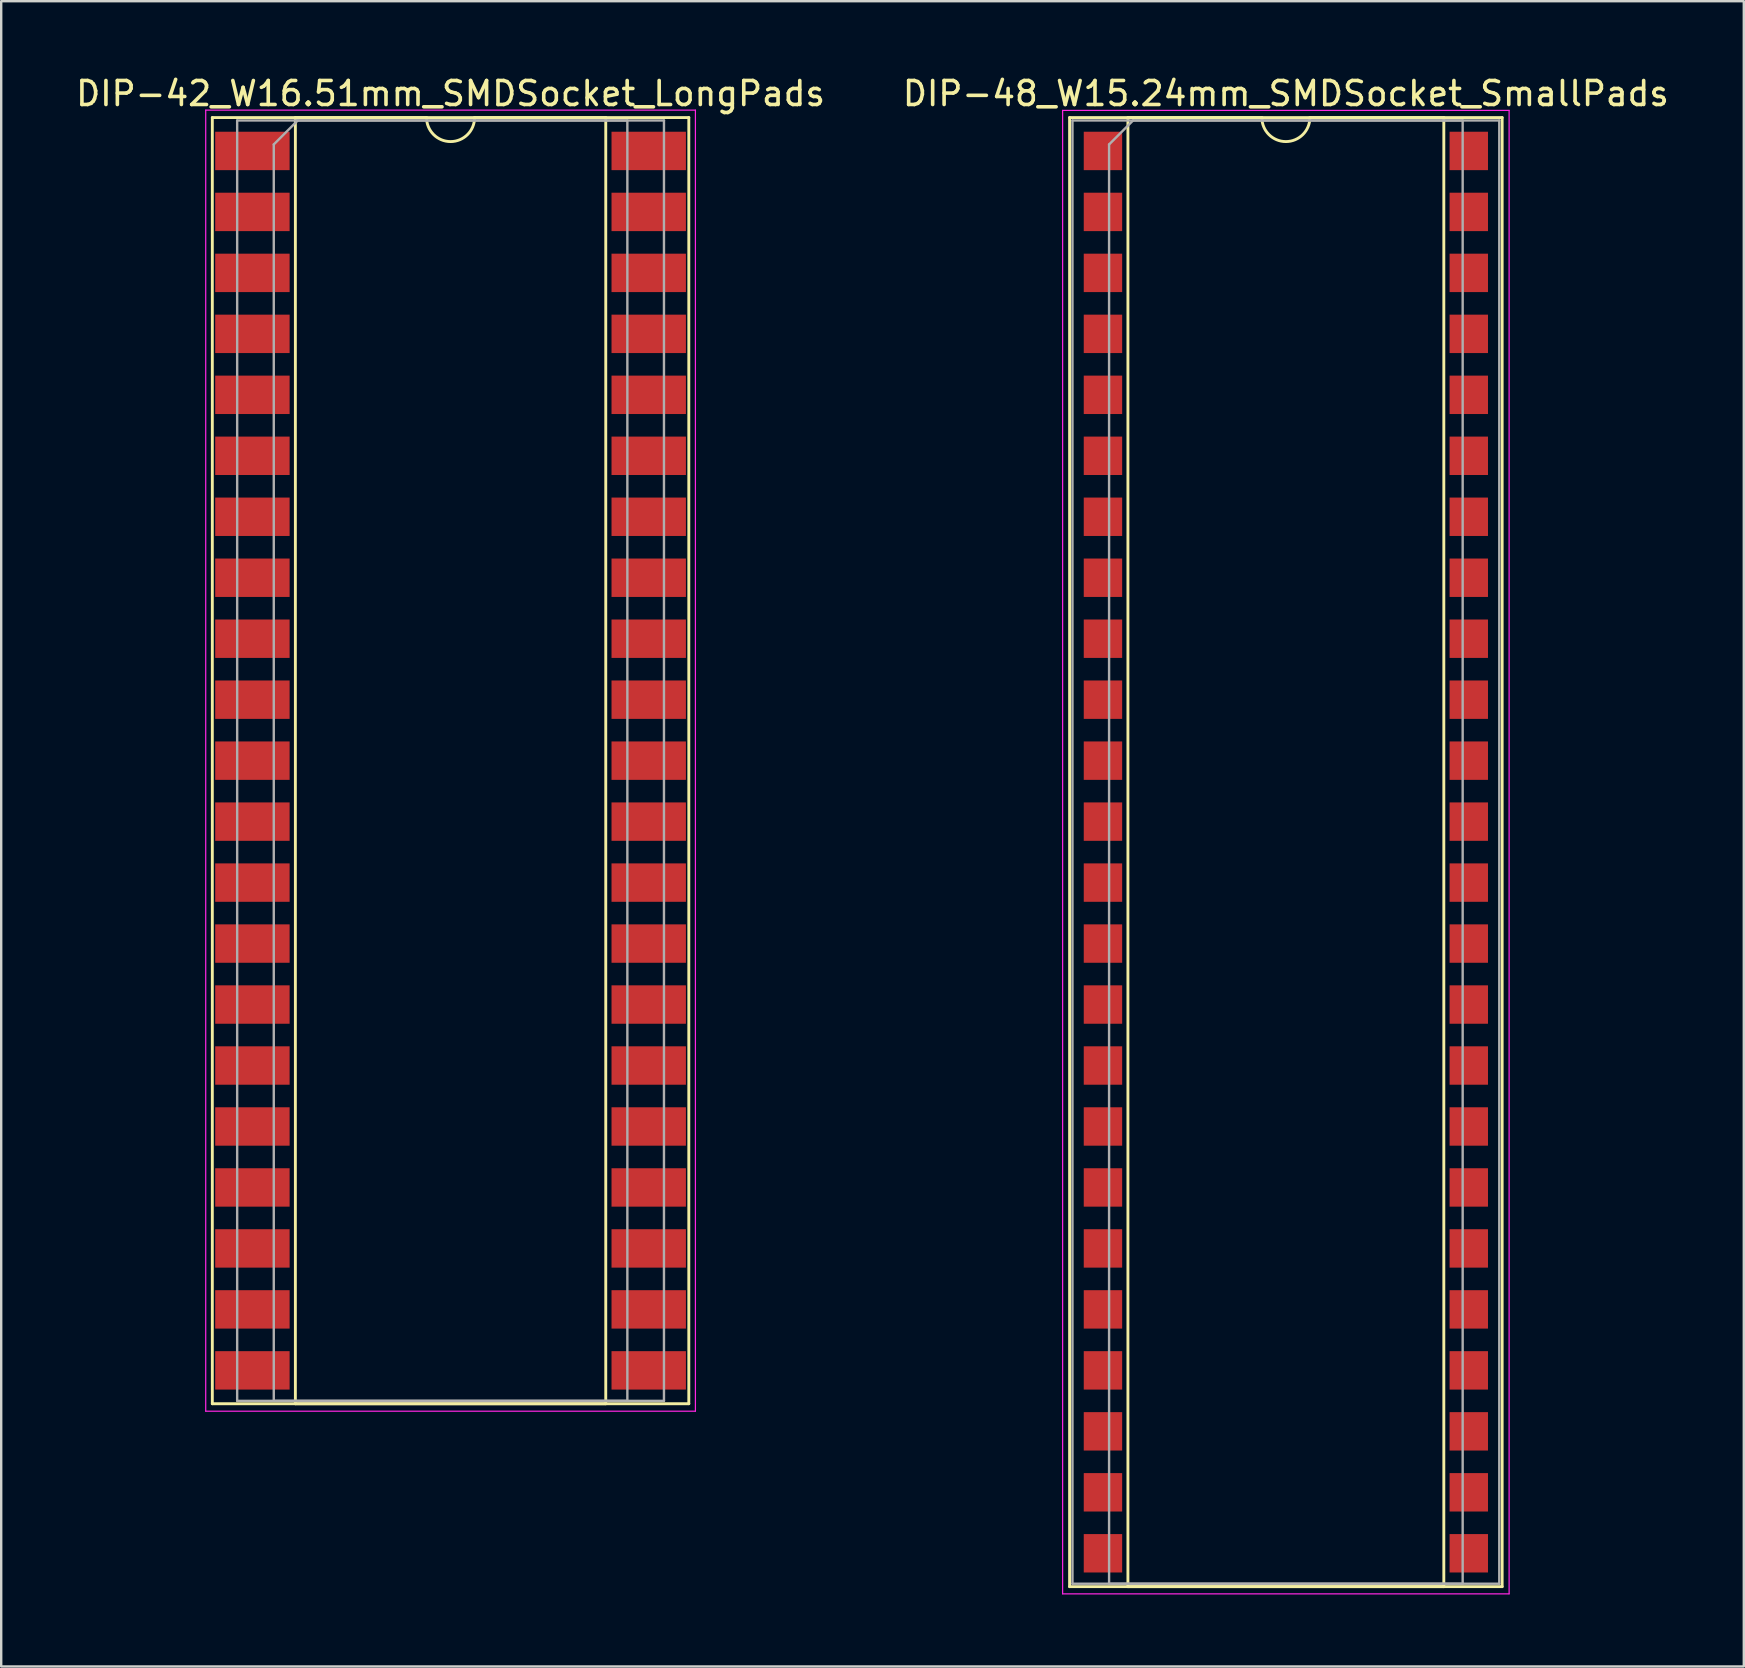
<source format=kicad_pcb>
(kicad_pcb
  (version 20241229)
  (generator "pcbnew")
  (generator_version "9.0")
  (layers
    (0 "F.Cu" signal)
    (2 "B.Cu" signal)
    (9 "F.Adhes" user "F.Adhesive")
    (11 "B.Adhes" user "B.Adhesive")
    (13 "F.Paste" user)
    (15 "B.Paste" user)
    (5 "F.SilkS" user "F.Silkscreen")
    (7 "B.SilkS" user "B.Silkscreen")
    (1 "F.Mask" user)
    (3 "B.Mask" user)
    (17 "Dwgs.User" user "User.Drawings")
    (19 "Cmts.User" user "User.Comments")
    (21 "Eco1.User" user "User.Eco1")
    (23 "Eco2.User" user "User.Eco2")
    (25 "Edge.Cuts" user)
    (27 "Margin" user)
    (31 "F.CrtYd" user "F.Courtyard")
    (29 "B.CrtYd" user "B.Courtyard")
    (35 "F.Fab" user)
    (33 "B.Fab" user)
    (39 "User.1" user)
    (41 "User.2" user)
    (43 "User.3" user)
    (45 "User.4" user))
  (footprint "DIP-42_W16.51mm_SMDSocket_LongPads"
    (layer "F.Cu")
    (at 15.72 28.638)
    (property "Reference" "DIP-42_W16.51mm_SMDSocket_LongPads" (at 0 -27.79 0) (layer "F.SilkS") (effects (font (size 1 1) (thickness 0.15))))
    (attr smd)
    (fp_line (start -9.925 -26.79) (end -9.925 26.79) (stroke (width 0.12) (type solid)) (layer "F.SilkS"))
    (fp_line (start -9.925 26.79) (end 9.925 26.79) (stroke (width 0.12) (type solid)) (layer "F.SilkS"))
    (fp_line (start -6.465 -26.79) (end -6.465 26.79) (stroke (width 0.12) (type solid)) (layer "F.SilkS"))
    (fp_line (start -6.465 26.79) (end 6.465 26.79) (stroke (width 0.12) (type solid)) (layer "F.SilkS"))
    (fp_line (start -1 -26.79) (end -6.465 -26.79) (stroke (width 0.12) (type solid)) (layer "F.SilkS"))
    (fp_line (start 6.465 -26.79) (end 1 -26.79) (stroke (width 0.12) (type solid)) (layer "F.SilkS"))
    (fp_line (start 6.465 26.79) (end 6.465 -26.79) (stroke (width 0.12) (type solid)) (layer "F.SilkS"))
    (fp_line (start 9.925 -26.79) (end -9.925 -26.79) (stroke (width 0.12) (type solid)) (layer "F.SilkS"))
    (fp_line (start 9.925 26.79) (end 9.925 -26.79) (stroke (width 0.12) (type solid)) (layer "F.SilkS"))
    (fp_arc (start 1 -26.79) (mid 0 -25.79) (end -1 -26.79) (stroke (width 0.12) (type solid)) (layer "F.SilkS"))
    (fp_line (start -10.2 -27.1) (end -10.2 27.1) (stroke (width 0.05) (type solid)) (layer "F.CrtYd"))
    (fp_line (start -10.2 27.1) (end 10.2 27.1) (stroke (width 0.05) (type solid)) (layer "F.CrtYd"))
    (fp_line (start 10.2 -27.1) (end -10.2 -27.1) (stroke (width 0.05) (type solid)) (layer "F.CrtYd"))
    (fp_line (start 10.2 27.1) (end 10.2 -27.1) (stroke (width 0.05) (type solid)) (layer "F.CrtYd"))
    (fp_line (start -8.89 -26.67) (end -8.89 26.67) (stroke (width 0.1) (type solid)) (layer "F.Fab"))
    (fp_line (start -8.89 26.67) (end 8.89 26.67) (stroke (width 0.1) (type solid)) (layer "F.Fab"))
    (fp_line (start -7.365 -25.67) (end -6.365 -26.67) (stroke (width 0.1) (type solid)) (layer "F.Fab"))
    (fp_line (start -7.365 26.67) (end -7.365 -25.67) (stroke (width 0.1) (type solid)) (layer "F.Fab"))
    (fp_line (start -6.365 -26.67) (end 7.365 -26.67) (stroke (width 0.1) (type solid)) (layer "F.Fab"))
    (fp_line (start 7.365 -26.67) (end 7.365 26.67) (stroke (width 0.1) (type solid)) (layer "F.Fab"))
    (fp_line (start 7.365 26.67) (end -7.365 26.67) (stroke (width 0.1) (type solid)) (layer "F.Fab"))
    (fp_line (start 8.89 -26.67) (end -8.89 -26.67) (stroke (width 0.1) (type solid)) (layer "F.Fab"))
    (fp_line (start 8.89 26.67) (end 8.89 -26.67) (stroke (width 0.1) (type solid)) (layer "F.Fab"))
    (pad "1" smd rect (at -8.255 -25.4) (size 3.1 1.6) (layers "F.Cu" "F.Mask"))
    (pad "2" smd rect (at -8.255 -22.86) (size 3.1 1.6) (layers "F.Cu" "F.Mask"))
    (pad "3" smd rect (at -8.255 -20.32) (size 3.1 1.6) (layers "F.Cu" "F.Mask"))
    (pad "4" smd rect (at -8.255 -17.78) (size 3.1 1.6) (layers "F.Cu" "F.Mask"))
    (pad "5" smd rect (at -8.255 -15.24) (size 3.1 1.6) (layers "F.Cu" "F.Mask"))
    (pad "6" smd rect (at -8.255 -12.7) (size 3.1 1.6) (layers "F.Cu" "F.Mask"))
    (pad "7" smd rect (at -8.255 -10.16) (size 3.1 1.6) (layers "F.Cu" "F.Mask"))
    (pad "8" smd rect (at -8.255 -7.62) (size 3.1 1.6) (layers "F.Cu" "F.Mask"))
    (pad "9" smd rect (at -8.255 -5.08) (size 3.1 1.6) (layers "F.Cu" "F.Mask"))
    (pad "10" smd rect (at -8.255 -2.54) (size 3.1 1.6) (layers "F.Cu" "F.Mask"))
    (pad "11" smd rect (at -8.255 0) (size 3.1 1.6) (layers "F.Cu" "F.Mask"))
    (pad "12" smd rect (at -8.255 2.54) (size 3.1 1.6) (layers "F.Cu" "F.Mask"))
    (pad "13" smd rect (at -8.255 5.08) (size 3.1 1.6) (layers "F.Cu" "F.Mask"))
    (pad "14" smd rect (at -8.255 7.62) (size 3.1 1.6) (layers "F.Cu" "F.Mask"))
    (pad "15" smd rect (at -8.255 10.16) (size 3.1 1.6) (layers "F.Cu" "F.Mask"))
    (pad "16" smd rect (at -8.255 12.7) (size 3.1 1.6) (layers "F.Cu" "F.Mask"))
    (pad "17" smd rect (at -8.255 15.24) (size 3.1 1.6) (layers "F.Cu" "F.Mask"))
    (pad "18" smd rect (at -8.255 17.78) (size 3.1 1.6) (layers "F.Cu" "F.Mask"))
    (pad "19" smd rect (at -8.255 20.32) (size 3.1 1.6) (layers "F.Cu" "F.Mask"))
    (pad "20" smd rect (at -8.255 22.86) (size 3.1 1.6) (layers "F.Cu" "F.Mask"))
    (pad "21" smd rect (at -8.255 25.4) (size 3.1 1.6) (layers "F.Cu" "F.Mask"))
    (pad "22" smd rect (at 8.255 25.4) (size 3.1 1.6) (layers "F.Cu" "F.Mask"))
    (pad "23" smd rect (at 8.255 22.86) (size 3.1 1.6) (layers "F.Cu" "F.Mask"))
    (pad "24" smd rect (at 8.255 20.32) (size 3.1 1.6) (layers "F.Cu" "F.Mask"))
    (pad "25" smd rect (at 8.255 17.78) (size 3.1 1.6) (layers "F.Cu" "F.Mask"))
    (pad "26" smd rect (at 8.255 15.24) (size 3.1 1.6) (layers "F.Cu" "F.Mask"))
    (pad "27" smd rect (at 8.255 12.7) (size 3.1 1.6) (layers "F.Cu" "F.Mask"))
    (pad "28" smd rect (at 8.255 10.16) (size 3.1 1.6) (layers "F.Cu" "F.Mask"))
    (pad "29" smd rect (at 8.255 7.62) (size 3.1 1.6) (layers "F.Cu" "F.Mask"))
    (pad "30" smd rect (at 8.255 5.08) (size 3.1 1.6) (layers "F.Cu" "F.Mask"))
    (pad "31" smd rect (at 8.255 2.54) (size 3.1 1.6) (layers "F.Cu" "F.Mask"))
    (pad "32" smd rect (at 8.255 0) (size 3.1 1.6) (layers "F.Cu" "F.Mask"))
    (pad "33" smd rect (at 8.255 -2.54) (size 3.1 1.6) (layers "F.Cu" "F.Mask"))
    (pad "34" smd rect (at 8.255 -5.08) (size 3.1 1.6) (layers "F.Cu" "F.Mask"))
    (pad "35" smd rect (at 8.255 -7.62) (size 3.1 1.6) (layers "F.Cu" "F.Mask"))
    (pad "36" smd rect (at 8.255 -10.16) (size 3.1 1.6) (layers "F.Cu" "F.Mask"))
    (pad "37" smd rect (at 8.255 -12.7) (size 3.1 1.6) (layers "F.Cu" "F.Mask"))
    (pad "38" smd rect (at 8.255 -15.24) (size 3.1 1.6) (layers "F.Cu" "F.Mask"))
    (pad "39" smd rect (at 8.255 -17.78) (size 3.1 1.6) (layers "F.Cu" "F.Mask"))
    (pad "40" smd rect (at 8.255 -20.32) (size 3.1 1.6) (layers "F.Cu" "F.Mask"))
    (pad "41" smd rect (at 8.255 -22.86) (size 3.1 1.6) (layers "F.Cu" "F.Mask"))
    (pad "42" smd rect (at 8.255 -25.4) (size 3.1 1.6) (layers "F.Cu" "F.Mask")))
  (footprint "DIP-48_W15.24mm_SMDSocket_SmallPads"
    (layer "F.Cu")
    (at 50.518 32.448)
    (property "Reference" "DIP-48_W15.24mm_SMDSocket_SmallPads" (at 0 -31.6 0) (layer "F.SilkS") (effects (font (size 1 1) (thickness 0.15))))
    (attr smd)
    (fp_line (start -9.01 -30.6) (end -9.01 30.6) (stroke (width 0.12) (type solid)) (layer "F.SilkS"))
    (fp_line (start -9.01 30.6) (end 9.01 30.6) (stroke (width 0.12) (type solid)) (layer "F.SilkS"))
    (fp_line (start -6.58 -30.6) (end -6.58 30.6) (stroke (width 0.12) (type solid)) (layer "F.SilkS"))
    (fp_line (start -6.58 30.6) (end 6.58 30.6) (stroke (width 0.12) (type solid)) (layer "F.SilkS"))
    (fp_line (start -1 -30.6) (end -6.58 -30.6) (stroke (width 0.12) (type solid)) (layer "F.SilkS"))
    (fp_line (start 6.58 -30.6) (end 1 -30.6) (stroke (width 0.12) (type solid)) (layer "F.SilkS"))
    (fp_line (start 6.58 30.6) (end 6.58 -30.6) (stroke (width 0.12) (type solid)) (layer "F.SilkS"))
    (fp_line (start 9.01 -30.6) (end -9.01 -30.6) (stroke (width 0.12) (type solid)) (layer "F.SilkS"))
    (fp_line (start 9.01 30.6) (end 9.01 -30.6) (stroke (width 0.12) (type solid)) (layer "F.SilkS"))
    (fp_arc (start 1 -30.6) (mid 0 -29.6) (end -1 -30.6) (stroke (width 0.12) (type solid)) (layer "F.SilkS"))
    (fp_line (start -9.3 -30.9) (end -9.3 30.9) (stroke (width 0.05) (type solid)) (layer "F.CrtYd"))
    (fp_line (start -9.3 30.9) (end 9.3 30.9) (stroke (width 0.05) (type solid)) (layer "F.CrtYd"))
    (fp_line (start 9.3 -30.9) (end -9.3 -30.9) (stroke (width 0.05) (type solid)) (layer "F.CrtYd"))
    (fp_line (start 9.3 30.9) (end 9.3 -30.9) (stroke (width 0.05) (type solid)) (layer "F.CrtYd"))
    (fp_line (start -8.89 -30.48) (end -8.89 30.48) (stroke (width 0.1) (type solid)) (layer "F.Fab"))
    (fp_line (start -8.89 30.48) (end 8.89 30.48) (stroke (width 0.1) (type solid)) (layer "F.Fab"))
    (fp_line (start -7.365 -29.48) (end -6.365 -30.48) (stroke (width 0.1) (type solid)) (layer "F.Fab"))
    (fp_line (start -7.365 30.48) (end -7.365 -29.48) (stroke (width 0.1) (type solid)) (layer "F.Fab"))
    (fp_line (start -6.365 -30.48) (end 7.365 -30.48) (stroke (width 0.1) (type solid)) (layer "F.Fab"))
    (fp_line (start 7.365 -30.48) (end 7.365 30.48) (stroke (width 0.1) (type solid)) (layer "F.Fab"))
    (fp_line (start 7.365 30.48) (end -7.365 30.48) (stroke (width 0.1) (type solid)) (layer "F.Fab"))
    (fp_line (start 8.89 -30.48) (end -8.89 -30.48) (stroke (width 0.1) (type solid)) (layer "F.Fab"))
    (fp_line (start 8.89 30.48) (end 8.89 -30.48) (stroke (width 0.1) (type solid)) (layer "F.Fab"))
    (pad "1" smd rect (at -7.62 -29.21) (size 1.6 1.6) (layers "F.Cu" "F.Mask"))
    (pad "2" smd rect (at -7.62 -26.67) (size 1.6 1.6) (layers "F.Cu" "F.Mask"))
    (pad "3" smd rect (at -7.62 -24.13) (size 1.6 1.6) (layers "F.Cu" "F.Mask"))
    (pad "4" smd rect (at -7.62 -21.59) (size 1.6 1.6) (layers "F.Cu" "F.Mask"))
    (pad "5" smd rect (at -7.62 -19.05) (size 1.6 1.6) (layers "F.Cu" "F.Mask"))
    (pad "6" smd rect (at -7.62 -16.51) (size 1.6 1.6) (layers "F.Cu" "F.Mask"))
    (pad "7" smd rect (at -7.62 -13.97) (size 1.6 1.6) (layers "F.Cu" "F.Mask"))
    (pad "8" smd rect (at -7.62 -11.43) (size 1.6 1.6) (layers "F.Cu" "F.Mask"))
    (pad "9" smd rect (at -7.62 -8.89) (size 1.6 1.6) (layers "F.Cu" "F.Mask"))
    (pad "10" smd rect (at -7.62 -6.35) (size 1.6 1.6) (layers "F.Cu" "F.Mask"))
    (pad "11" smd rect (at -7.62 -3.81) (size 1.6 1.6) (layers "F.Cu" "F.Mask"))
    (pad "12" smd rect (at -7.62 -1.27) (size 1.6 1.6) (layers "F.Cu" "F.Mask"))
    (pad "13" smd rect (at -7.62 1.27) (size 1.6 1.6) (layers "F.Cu" "F.Mask"))
    (pad "14" smd rect (at -7.62 3.81) (size 1.6 1.6) (layers "F.Cu" "F.Mask"))
    (pad "15" smd rect (at -7.62 6.35) (size 1.6 1.6) (layers "F.Cu" "F.Mask"))
    (pad "16" smd rect (at -7.62 8.89) (size 1.6 1.6) (layers "F.Cu" "F.Mask"))
    (pad "17" smd rect (at -7.62 11.43) (size 1.6 1.6) (layers "F.Cu" "F.Mask"))
    (pad "18" smd rect (at -7.62 13.97) (size 1.6 1.6) (layers "F.Cu" "F.Mask"))
    (pad "19" smd rect (at -7.62 16.51) (size 1.6 1.6) (layers "F.Cu" "F.Mask"))
    (pad "20" smd rect (at -7.62 19.05) (size 1.6 1.6) (layers "F.Cu" "F.Mask"))
    (pad "21" smd rect (at -7.62 21.59) (size 1.6 1.6) (layers "F.Cu" "F.Mask"))
    (pad "22" smd rect (at -7.62 24.13) (size 1.6 1.6) (layers "F.Cu" "F.Mask"))
    (pad "23" smd rect (at -7.62 26.67) (size 1.6 1.6) (layers "F.Cu" "F.Mask"))
    (pad "24" smd rect (at -7.62 29.21) (size 1.6 1.6) (layers "F.Cu" "F.Mask"))
    (pad "25" smd rect (at 7.62 29.21) (size 1.6 1.6) (layers "F.Cu" "F.Mask"))
    (pad "26" smd rect (at 7.62 26.67) (size 1.6 1.6) (layers "F.Cu" "F.Mask"))
    (pad "27" smd rect (at 7.62 24.13) (size 1.6 1.6) (layers "F.Cu" "F.Mask"))
    (pad "28" smd rect (at 7.62 21.59) (size 1.6 1.6) (layers "F.Cu" "F.Mask"))
    (pad "29" smd rect (at 7.62 19.05) (size 1.6 1.6) (layers "F.Cu" "F.Mask"))
    (pad "30" smd rect (at 7.62 16.51) (size 1.6 1.6) (layers "F.Cu" "F.Mask"))
    (pad "31" smd rect (at 7.62 13.97) (size 1.6 1.6) (layers "F.Cu" "F.Mask"))
    (pad "32" smd rect (at 7.62 11.43) (size 1.6 1.6) (layers "F.Cu" "F.Mask"))
    (pad "33" smd rect (at 7.62 8.89) (size 1.6 1.6) (layers "F.Cu" "F.Mask"))
    (pad "34" smd rect (at 7.62 6.35) (size 1.6 1.6) (layers "F.Cu" "F.Mask"))
    (pad "35" smd rect (at 7.62 3.81) (size 1.6 1.6) (layers "F.Cu" "F.Mask"))
    (pad "36" smd rect (at 7.62 1.27) (size 1.6 1.6) (layers "F.Cu" "F.Mask"))
    (pad "37" smd rect (at 7.62 -1.27) (size 1.6 1.6) (layers "F.Cu" "F.Mask"))
    (pad "38" smd rect (at 7.62 -3.81) (size 1.6 1.6) (layers "F.Cu" "F.Mask"))
    (pad "39" smd rect (at 7.62 -6.35) (size 1.6 1.6) (layers "F.Cu" "F.Mask"))
    (pad "40" smd rect (at 7.62 -8.89) (size 1.6 1.6) (layers "F.Cu" "F.Mask"))
    (pad "41" smd rect (at 7.62 -11.43) (size 1.6 1.6) (layers "F.Cu" "F.Mask"))
    (pad "42" smd rect (at 7.62 -13.97) (size 1.6 1.6) (layers "F.Cu" "F.Mask"))
    (pad "43" smd rect (at 7.62 -16.51) (size 1.6 1.6) (layers "F.Cu" "F.Mask"))
    (pad "44" smd rect (at 7.62 -19.05) (size 1.6 1.6) (layers "F.Cu" "F.Mask"))
    (pad "45" smd rect (at 7.62 -21.59) (size 1.6 1.6) (layers "F.Cu" "F.Mask"))
    (pad "46" smd rect (at 7.62 -24.13) (size 1.6 1.6) (layers "F.Cu" "F.Mask"))
    (pad "47" smd rect (at 7.62 -26.67) (size 1.6 1.6) (layers "F.Cu" "F.Mask"))
    (pad "48" smd rect (at 7.62 -29.21) (size 1.6 1.6) (layers "F.Cu" "F.Mask")))
  (gr_rect
    (start -3 -3)
    (end 69.595 66.373)
    (stroke (width 0.1) (type default))
    (fill no)
    (layer "Edge.Cuts")))
</source>
